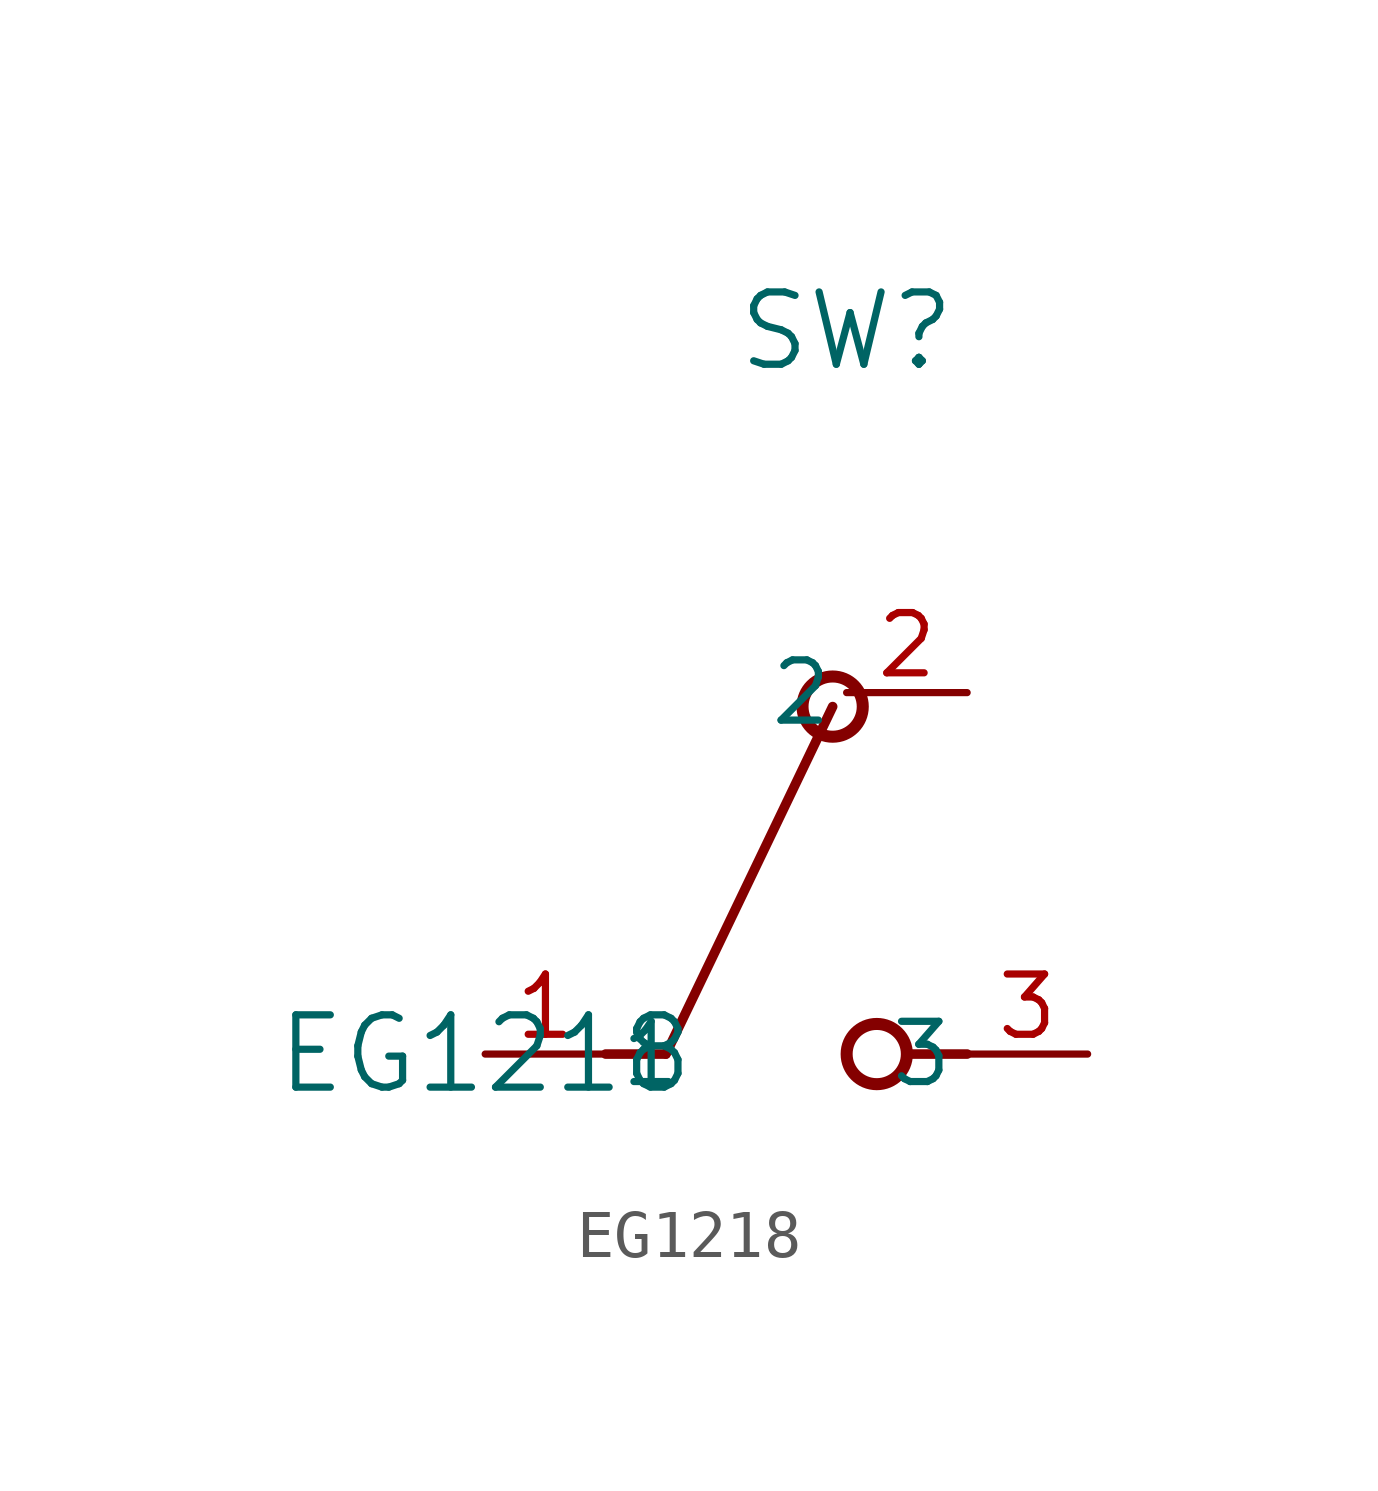
<source format=kicad_sym>
(kicad_symbol_lib
  (version 20211014)
  (generator kicad_symbol_editor)
  (symbol "EG1218"
    (pin_names
      (offset 0.254))
    (property "Reference" "SW"
      (at 7.62 15.24 0)
      (effects (font (size 1.524 1.524))))
    (property "Value" "EG1218"
      (at 0 0 0)
      (effects (font (size 1.524 1.524))))
    (symbol "EG1218_0_1"
      (polyline (pts (xy 2.54 0) (xy 3.81 0)) (stroke (width 0.203) (type default) (color 0 0 0 0)) (fill (type none)))
      (circle (center 8.255 0) (radius 0.635) (stroke (width 0.254) (type default) (color 0 0 0 0)) (fill (type none)))
      (circle (center 7.325 7.325) (radius 0.635) (stroke (width 0.254) (type default) (color 0 0 0 0)) (fill (type none)))
      (polyline (pts (xy 10.16 0) (xy 8.89 0)) (stroke (width 0.203) (type default) (color 0 0 0 0)) (fill (type none)))
      (polyline (pts (xy 7.325 7.325) (xy 3.81 0)) (stroke (width 0.203) (type default) (color 0 0 0 0)) (fill (type none)))
      (pin unspecified line (at 0 0 0) (length 2.54) (name "1" (effects (font (size 1.27 1.27)))) (number "1" (effects (font (size 1.27 1.27)))))
      (pin unspecified line (at 10.16 7.62 180) (length 2.54) (name "2" (effects (font (size 1.27 1.27)))) (number "2" (effects (font (size 1.27 1.27)))))
      (pin unspecified line (at 12.7 0 180) (length 2.54) (name "3" (effects (font (size 1.27 1.27)))) (number "3" (effects (font (size 1.27 1.27))))))))
</source>
